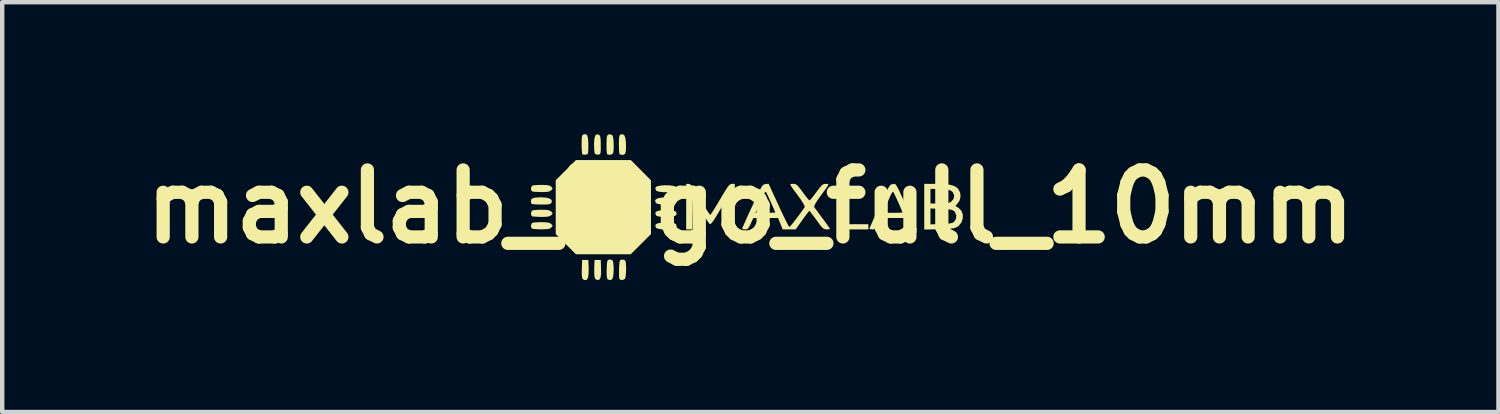
<source format=kicad_pcb>
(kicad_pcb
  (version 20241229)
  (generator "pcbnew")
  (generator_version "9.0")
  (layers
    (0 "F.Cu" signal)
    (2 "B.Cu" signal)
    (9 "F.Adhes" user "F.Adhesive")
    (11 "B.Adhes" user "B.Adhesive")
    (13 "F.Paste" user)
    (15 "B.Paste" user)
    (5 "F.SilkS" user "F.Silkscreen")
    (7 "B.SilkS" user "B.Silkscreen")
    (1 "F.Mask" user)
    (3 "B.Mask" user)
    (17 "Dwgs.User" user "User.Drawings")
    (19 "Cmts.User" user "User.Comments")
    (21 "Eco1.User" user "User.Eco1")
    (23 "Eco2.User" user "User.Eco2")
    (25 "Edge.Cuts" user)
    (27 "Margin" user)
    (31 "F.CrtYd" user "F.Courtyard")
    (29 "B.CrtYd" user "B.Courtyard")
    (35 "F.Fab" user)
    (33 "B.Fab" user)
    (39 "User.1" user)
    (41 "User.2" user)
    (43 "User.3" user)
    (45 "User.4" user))
  (footprint "maxlab_logo_full_10mm"
    (layer "F.Cu")
    (at 14.014 1.649)
    (property "Reference" "maxlab_logo_full_10mm" (at 0 0 0) (layer "F.SilkS") (effects (font (size 1.524 1.524) (thickness 0.3))))
    (attr board_only exclude_from_pos_files exclude_from_bom)
    (fp_poly (pts (xy 2.119 0.4) (xy 2.684 0.4) (xy 2.684 0.518) (xy 1.977 0.518) (xy 1.977 -0.518) (xy 2.119 -0.518)) (stroke (width 0) (type solid)) (fill yes) (layer "F.SilkS"))
    (fp_poly (pts (xy -3.677 1.409) (xy -3.679 1.538) (xy -3.694 1.623) (xy -3.724 1.667) (xy -3.77 1.67) (xy -3.809 1.651) (xy -3.824 1.625) (xy -3.832 1.567) (xy -3.833 1.47) (xy -3.832 1.422) (xy -3.825 1.212) (xy -3.684 1.212)) (stroke (width 0) (type solid)) (fill yes) (layer "F.SilkS"))
    (fp_poly (pts (xy -2.489 -0.829) (xy -2.26 -0.599) (xy -2.26 0.625) (xy -2.49 0.854) (xy -2.72 1.083) (xy -3.967 1.083) (xy -4.197 0.853) (xy -4.426 0.623) (xy -4.426 -0.601) (xy -4.196 -0.83) (xy -3.966 -1.059) (xy -2.718 -1.059)) (stroke (width 0) (type solid)) (fill yes) (layer "F.SilkS"))
    (fp_poly (pts (xy -3.395 1.409) (xy -3.395 1.53) (xy -3.406 1.611) (xy -3.43 1.656) (xy -3.468 1.671) (xy -3.472 1.671) (xy -3.511 1.655) (xy -3.529 1.638) (xy -3.544 1.594) (xy -3.55 1.509) (xy -3.55 1.409) (xy -3.543 1.212) (xy -3.402 1.212)) (stroke (width 0) (type solid)) (fill yes) (layer "F.SilkS"))
    (fp_poly (pts (xy -1.86 -0.485) (xy -1.775 -0.477) (xy -1.712 -0.461) (xy -1.687 -0.443) (xy -1.676 -0.397) (xy -1.693 -0.367) (xy -1.735 -0.346) (xy -1.808 -0.332) (xy -1.899 -0.327) (xy -1.993 -0.329) (xy -2.076 -0.339) (xy -2.132 -0.357) (xy -2.144 -0.367) (xy -2.162 -0.412) (xy -2.15 -0.443) (xy -2.113 -0.465) (xy -2.043 -0.479) (xy -1.954 -0.486)) (stroke (width 0) (type solid)) (fill yes) (layer "F.SilkS"))
    (fp_poly (pts (xy -1.86 0.08) (xy -1.775 0.088) (xy -1.712 0.104) (xy -1.687 0.122) (xy -1.676 0.168) (xy -1.693 0.198) (xy -1.735 0.219) (xy -1.808 0.233) (xy -1.899 0.238) (xy -1.993 0.236) (xy -2.076 0.226) (xy -2.132 0.208) (xy -2.144 0.198) (xy -2.162 0.153) (xy -2.15 0.122) (xy -2.113 0.1) (xy -2.043 0.086) (xy -1.954 0.079)) (stroke (width 0) (type solid)) (fill yes) (layer "F.SilkS"))
    (fp_poly (pts (xy -1.86 0.362) (xy -1.775 0.371) (xy -1.712 0.387) (xy -1.687 0.404) (xy -1.676 0.45) (xy -1.693 0.481) (xy -1.735 0.502) (xy -1.808 0.515) (xy -1.899 0.521) (xy -1.993 0.518) (xy -2.076 0.508) (xy -2.132 0.49) (xy -2.144 0.481) (xy -2.162 0.435) (xy -2.15 0.404) (xy -2.113 0.382) (xy -2.043 0.368) (xy -1.954 0.361)) (stroke (width 0) (type solid)) (fill yes) (layer "F.SilkS"))
    (fp_poly (pts (xy -1.806 -0.208) (xy -1.74 -0.194) (xy -1.708 -0.175) (xy -1.676 -0.132) (xy -1.681 -0.097) (xy -1.7 -0.075) (xy -1.738 -0.06) (xy -1.809 -0.051) (xy -1.898 -0.047) (xy -1.99 -0.049) (xy -2.07 -0.056) (xy -2.125 -0.068) (xy -2.137 -0.075) (xy -2.168 -0.124) (xy -2.154 -0.163) (xy -2.098 -0.192) (xy -2.002 -0.208) (xy -1.91 -0.212)) (stroke (width 0) (type solid)) (fill yes) (layer "F.SilkS"))
    (fp_poly (pts (xy -3.161 1.206) (xy -3.132 1.229) (xy -3.116 1.282) (xy -3.109 1.37) (xy -3.108 1.437) (xy -3.114 1.558) (xy -3.134 1.636) (xy -3.169 1.671) (xy -3.22 1.664) (xy -3.244 1.651) (xy -3.259 1.625) (xy -3.267 1.567) (xy -3.268 1.47) (xy -3.267 1.422) (xy -3.263 1.322) (xy -3.257 1.26) (xy -3.247 1.226) (xy -3.23 1.21) (xy -3.204 1.204)) (stroke (width 0) (type solid)) (fill yes) (layer "F.SilkS"))
    (fp_poly (pts (xy -3.136 -1.62) (xy -3.122 -1.584) (xy -3.113 -1.516) (xy -3.108 -1.43) (xy -3.107 -1.341) (xy -3.112 -1.264) (xy -3.122 -1.214) (xy -3.153 -1.187) (xy -3.205 -1.177) (xy -3.251 -1.188) (xy -3.256 -1.193) (xy -3.264 -1.223) (xy -3.269 -1.286) (xy -3.272 -1.369) (xy -3.271 -1.457) (xy -3.268 -1.537) (xy -3.262 -1.595) (xy -3.258 -1.611) (xy -3.225 -1.642) (xy -3.175 -1.643)) (stroke (width 0) (type solid)) (fill yes) (layer "F.SilkS"))
    (fp_poly (pts (xy -2.861 -1.615) (xy -2.839 -1.543) (xy -2.83 -1.446) (xy -2.827 -1.326) (xy -2.834 -1.247) (xy -2.851 -1.2) (xy -2.882 -1.179) (xy -2.904 -1.177) (xy -2.953 -1.183) (xy -2.974 -1.193) (xy -2.981 -1.222) (xy -2.986 -1.286) (xy -2.989 -1.375) (xy -2.99 -1.417) (xy -2.988 -1.521) (xy -2.983 -1.586) (xy -2.972 -1.623) (xy -2.953 -1.64) (xy -2.951 -1.641) (xy -2.898 -1.646)) (stroke (width 0) (type solid)) (fill yes) (layer "F.SilkS"))
    (fp_poly (pts (xy -4.632 -0.203) (xy -4.555 -0.18) (xy -4.516 -0.144) (xy -4.519 -0.096) (xy -4.52 -0.093) (xy -4.538 -0.071) (xy -4.568 -0.057) (xy -4.621 -0.05) (xy -4.707 -0.047) (xy -4.752 -0.047) (xy -4.847 -0.049) (xy -4.922 -0.053) (xy -4.968 -0.06) (xy -4.975 -0.063) (xy -4.987 -0.097) (xy -4.991 -0.131) (xy -4.981 -0.168) (xy -4.947 -0.192) (xy -4.882 -0.206) (xy -4.779 -0.211) (xy -4.743 -0.212)) (stroke (width 0) (type solid)) (fill yes) (layer "F.SilkS"))
    (fp_poly (pts (xy -2.871 1.21) (xy -2.846 1.228) (xy -2.833 1.271) (xy -2.827 1.344) (xy -2.825 1.432) (xy -2.829 1.521) (xy -2.837 1.594) (xy -2.85 1.639) (xy -2.853 1.643) (xy -2.9 1.668) (xy -2.949 1.666) (xy -2.98 1.64) (xy -2.984 1.603) (xy -2.986 1.532) (xy -2.986 1.441) (xy -2.985 1.41) (xy -2.981 1.314) (xy -2.974 1.255) (xy -2.963 1.223) (xy -2.944 1.209) (xy -2.922 1.204)) (stroke (width 0) (type solid)) (fill yes) (layer "F.SilkS"))
    (fp_poly (pts (xy -3.716 -1.628) (xy -3.695 -1.572) (xy -3.686 -1.476) (xy -3.684 -1.398) (xy -3.685 -1.298) (xy -3.688 -1.236) (xy -3.697 -1.203) (xy -3.713 -1.188) (xy -3.741 -1.182) (xy -3.744 -1.182) (xy -3.795 -1.182) (xy -3.82 -1.192) (xy -3.828 -1.221) (xy -3.834 -1.286) (xy -3.837 -1.375) (xy -3.837 -1.417) (xy -3.836 -1.521) (xy -3.83 -1.586) (xy -3.819 -1.623) (xy -3.801 -1.64) (xy -3.799 -1.641) (xy -3.75 -1.649)) (stroke (width 0) (type solid)) (fill yes) (layer "F.SilkS"))
    (fp_poly (pts (xy -3.441 -1.633) (xy -3.441 -1.632) (xy -3.421 -1.611) (xy -3.409 -1.571) (xy -3.403 -1.504) (xy -3.402 -1.398) (xy -3.402 -1.398) (xy -3.402 -1.298) (xy -3.405 -1.236) (xy -3.414 -1.203) (xy -3.431 -1.188) (xy -3.458 -1.182) (xy -3.463 -1.182) (xy -3.52 -1.19) (xy -3.54 -1.213) (xy -3.547 -1.255) (xy -3.552 -1.328) (xy -3.555 -1.418) (xy -3.555 -1.423) (xy -3.548 -1.542) (xy -3.527 -1.616) (xy -3.491 -1.646)) (stroke (width 0) (type solid)) (fill yes) (layer "F.SilkS"))
    (fp_poly (pts (xy -4.638 -0.491) (xy -4.571 -0.479) (xy -4.533 -0.457) (xy -4.504 -0.425) (xy -4.496 -0.412) (xy -4.511 -0.391) (xy -4.533 -0.367) (xy -4.569 -0.346) (xy -4.63 -0.335) (xy -4.727 -0.331) (xy -4.751 -0.331) (xy -4.842 -0.334) (xy -4.915 -0.338) (xy -4.958 -0.344) (xy -4.961 -0.345) (xy -4.986 -0.376) (xy -4.988 -0.425) (xy -4.97 -0.468) (xy -4.953 -0.48) (xy -4.912 -0.487) (xy -4.839 -0.492) (xy -4.75 -0.494) (xy -4.743 -0.494)) (stroke (width 0) (type solid)) (fill yes) (layer "F.SilkS"))
    (fp_poly (pts (xy -4.638 0.074) (xy -4.571 0.086) (xy -4.533 0.108) (xy -4.504 0.14) (xy -4.496 0.153) (xy -4.511 0.174) (xy -4.533 0.198) (xy -4.569 0.219) (xy -4.63 0.23) (xy -4.727 0.234) (xy -4.751 0.234) (xy -4.842 0.231) (xy -4.915 0.227) (xy -4.958 0.221) (xy -4.961 0.22) (xy -4.986 0.189) (xy -4.988 0.14) (xy -4.97 0.097) (xy -4.953 0.085) (xy -4.912 0.078) (xy -4.839 0.073) (xy -4.75 0.071) (xy -4.743 0.071)) (stroke (width 0) (type solid)) (fill yes) (layer "F.SilkS"))
    (fp_poly (pts (xy -4.638 0.357) (xy -4.571 0.369) (xy -4.533 0.39) (xy -4.504 0.423) (xy -4.496 0.435) (xy -4.511 0.457) (xy -4.533 0.481) (xy -4.569 0.502) (xy -4.63 0.513) (xy -4.727 0.516) (xy -4.751 0.516) (xy -4.842 0.514) (xy -4.915 0.509) (xy -4.958 0.503) (xy -4.961 0.502) (xy -4.986 0.471) (xy -4.988 0.423) (xy -4.97 0.38) (xy -4.953 0.367) (xy -4.912 0.36) (xy -4.839 0.355) (xy -4.75 0.353) (xy -4.743 0.353)) (stroke (width 0) (type solid)) (fill yes) (layer "F.SilkS"))
    (fp_poly (pts (xy -1.379 -0.512) (xy -1.352 -0.492) (xy -1.318 -0.452) (xy -1.273 -0.386) (xy -1.213 -0.289) (xy -1.139 -0.165) (xy -1.07 -0.051) (xy -1.008 0.049) (xy -0.959 0.126) (xy -0.925 0.174) (xy -0.913 0.188) (xy -0.896 0.169) (xy -0.859 0.115) (xy -0.808 0.034) (xy -0.746 -0.068) (xy -0.689 -0.164) (xy -0.613 -0.293) (xy -0.556 -0.386) (xy -0.513 -0.449) (xy -0.481 -0.488) (xy -0.454 -0.509) (xy -0.429 -0.516) (xy -0.418 -0.517) (xy -0.353 -0.518) (xy -0.353 0.518) (xy -0.494 0.518) (xy -0.494 0.148) (xy -0.494 -0.002) (xy -0.497 -0.105) (xy -0.505 -0.164) (xy -0.522 -0.179) (xy -0.552 -0.152) (xy -0.597 -0.083) (xy -0.661 0.027) (xy -0.694 0.082) (xy -0.77 0.211) (xy -0.827 0.302) (xy -0.87 0.361) (xy -0.9 0.392) (xy -0.92 0.4) (xy -0.938 0.381) (xy -0.975 0.329) (xy -1.027 0.249) (xy -1.089 0.151) (xy -1.122 0.096) (xy -1.306 -0.208) (xy -1.313 0.155) (xy -1.319 0.518) (xy -1.459 0.518) (xy -1.459 -0.518) (xy -1.403 -0.518)) (stroke (width 0) (type solid)) (fill yes) (layer "F.SilkS"))
    (fp_poly (pts (xy 3.29 -0.514) (xy 3.306 -0.501) (xy 3.325 -0.474) (xy 3.35 -0.429) (xy 3.384 -0.362) (xy 3.428 -0.268) (xy 3.485 -0.144) (xy 3.557 0.015) (xy 3.638 0.194) (xy 3.786 0.518) (xy 3.708 0.518) (xy 3.663 0.514) (xy 3.633 0.496) (xy 3.606 0.454) (xy 3.578 0.388) (xy 3.526 0.259) (xy 2.963 0.259) (xy 2.904 0.388) (xy 2.868 0.461) (xy 2.838 0.501) (xy 2.805 0.516) (xy 2.776 0.518) (xy 2.728 0.513) (xy 2.708 0.5) (xy 2.718 0.475) (xy 2.745 0.413) (xy 2.787 0.32) (xy 2.839 0.204) (xy 2.868 0.141) (xy 3.014 0.141) (xy 3.237 0.141) (xy 3.333 0.14) (xy 3.408 0.138) (xy 3.453 0.135) (xy 3.46 0.132) (xy 3.451 0.106) (xy 3.427 0.048) (xy 3.393 -0.031) (xy 3.354 -0.118) (xy 3.315 -0.204) (xy 3.281 -0.276) (xy 3.257 -0.324) (xy 3.249 -0.337) (xy 3.231 -0.328) (xy 3.204 -0.286) (xy 3.183 -0.243) (xy 3.145 -0.155) (xy 3.1 -0.053) (xy 3.074 0.006) (xy 3.014 0.141) (xy 2.868 0.141) (xy 2.901 0.07) (xy 2.939 -0.012) (xy 3.012 -0.17) (xy 3.069 -0.29) (xy 3.112 -0.378) (xy 3.145 -0.438) (xy 3.172 -0.477) (xy 3.194 -0.499) (xy 3.215 -0.509) (xy 3.239 -0.513) (xy 3.239 -0.513) (xy 3.259 -0.516) (xy 3.275 -0.518)) (stroke (width 0) (type solid)) (fill yes) (layer "F.SilkS"))
    (fp_poly (pts (xy 4.22 -0.518) (xy 4.385 -0.514) (xy 4.511 -0.502) (xy 4.605 -0.481) (xy 4.675 -0.448) (xy 4.723 -0.407) (xy 4.769 -0.325) (xy 4.781 -0.229) (xy 4.758 -0.137) (xy 4.718 -0.079) (xy 4.681 -0.038) (xy 4.665 -0.015) (xy 4.665 -0.014) (xy 4.688 0.000475) (xy 4.734 0.029) (xy 4.736 0.03) (xy 4.8 0.095) (xy 4.831 0.181) (xy 4.83 0.274) (xy 4.798 0.364) (xy 4.736 0.438) (xy 4.708 0.458) (xy 4.668 0.478) (xy 4.621 0.492) (xy 4.558 0.502) (xy 4.469 0.508) (xy 4.345 0.513) (xy 4.29 0.514) (xy 3.955 0.522) (xy 3.955 0.042) (xy 4.096 0.042) (xy 4.096 0.404) (xy 4.341 0.396) (xy 4.458 0.391) (xy 4.538 0.383) (xy 4.59 0.37) (xy 4.626 0.351) (xy 4.635 0.344) (xy 4.676 0.278) (xy 4.683 0.2) (xy 4.656 0.127) (xy 4.636 0.104) (xy 4.603 0.083) (xy 4.556 0.068) (xy 4.484 0.059) (xy 4.377 0.052) (xy 4.341 0.051) (xy 4.096 0.042) (xy 3.955 0.042) (xy 3.955 -0.405) (xy 4.096 -0.405) (xy 4.096 -0.071) (xy 4.305 -0.071) (xy 4.411 -0.072) (xy 4.483 -0.079) (xy 4.532 -0.093) (xy 4.571 -0.116) (xy 4.575 -0.119) (xy 4.626 -0.184) (xy 4.635 -0.257) (xy 4.604 -0.327) (xy 4.588 -0.344) (xy 4.553 -0.366) (xy 4.503 -0.381) (xy 4.425 -0.391) (xy 4.317 -0.397) (xy 4.096 -0.405) (xy 3.955 -0.405) (xy 3.955 -0.518)) (stroke (width 0) (type solid)) (fill yes) (layer "F.SilkS"))
    (fp_poly (pts (xy 0.64 -0.032) (xy 0.705 0.108) (xy 0.765 0.233) (xy 0.815 0.337) (xy 0.855 0.413) (xy 0.879 0.456) (xy 0.885 0.462) (xy 0.906 0.447) (xy 0.947 0.399) (xy 1.004 0.329) (xy 1.071 0.241) (xy 1.142 0.145) (xy 1.211 0.047) (xy 1.234 0.015) (xy 1.233 -0.015) (xy 1.206 -0.07) (xy 1.151 -0.155) (xy 1.091 -0.238) (xy 1.011 -0.347) (xy 0.955 -0.423) (xy 0.923 -0.473) (xy 0.91 -0.501) (xy 0.916 -0.514) (xy 0.937 -0.518) (xy 0.971 -0.518) (xy 0.973 -0.518) (xy 1.013 -0.515) (xy 1.047 -0.501) (xy 1.083 -0.469) (xy 1.13 -0.411) (xy 1.19 -0.33) (xy 1.25 -0.25) (xy 1.3 -0.186) (xy 1.335 -0.149) (xy 1.345 -0.141) (xy 1.366 -0.159) (xy 1.408 -0.207) (xy 1.462 -0.278) (xy 1.5 -0.329) (xy 1.565 -0.416) (xy 1.611 -0.471) (xy 1.648 -0.502) (xy 1.682 -0.515) (xy 1.714 -0.517) (xy 1.747 -0.518) (xy 1.768 -0.514) (xy 1.774 -0.502) (xy 1.762 -0.474) (xy 1.73 -0.425) (xy 1.675 -0.35) (xy 1.595 -0.242) (xy 1.595 -0.241) (xy 1.523 -0.139) (xy 1.474 -0.06) (xy 1.451 -0.009) (xy 1.451 0.006) (xy 1.471 0.036) (xy 1.514 0.094) (xy 1.572 0.173) (xy 1.64 0.265) (xy 1.641 0.266) (xy 1.707 0.355) (xy 1.761 0.43) (xy 1.798 0.483) (xy 1.813 0.507) (xy 1.813 0.507) (xy 1.792 0.514) (xy 1.742 0.518) (xy 1.734 0.518) (xy 1.698 0.515) (xy 1.665 0.501) (xy 1.629 0.469) (xy 1.583 0.414) (xy 1.519 0.327) (xy 1.505 0.307) (xy 1.443 0.222) (xy 1.391 0.154) (xy 1.355 0.109) (xy 1.342 0.096) (xy 1.324 0.114) (xy 1.286 0.163) (xy 1.233 0.235) (xy 1.181 0.307) (xy 1.031 0.518) (xy 0.735 0.518) (xy 0.683 0.388) (xy 0.63 0.259) (xy 0.068 0.259) (xy 0.009 0.388) (xy -0.027 0.461) (xy -0.057 0.501) (xy -0.091 0.516) (xy -0.119 0.518) (xy -0.168 0.513) (xy -0.187 0.5) (xy -0.177 0.475) (xy -0.15 0.413) (xy -0.109 0.32) (xy -0.057 0.204) (xy -0.028 0.141) (xy 0.118 0.141) (xy 0.342 0.141) (xy 0.438 0.14) (xy 0.513 0.138) (xy 0.557 0.135) (xy 0.565 0.132) (xy 0.556 0.106) (xy 0.532 0.048) (xy 0.497 -0.031) (xy 0.458 -0.118) (xy 0.419 -0.204) (xy 0.385 -0.276) (xy 0.361 -0.324) (xy 0.354 -0.337) (xy 0.336 -0.328) (xy 0.308 -0.286) (xy 0.288 -0.243) (xy 0.249 -0.155) (xy 0.204 -0.053) (xy 0.178 0.006) (xy 0.118 0.141) (xy -0.028 0.141) (xy 0.005 0.07) (xy 0.043 -0.012) (xy 0.116 -0.17) (xy 0.173 -0.29) (xy 0.216 -0.378) (xy 0.249 -0.438) (xy 0.276 -0.477) (xy 0.298 -0.499) (xy 0.319 -0.509) (xy 0.343 -0.513) (xy 0.344 -0.513) (xy 0.416 -0.52)) (stroke (width 0) (type solid)) (fill yes) (layer "F.SilkS")))
  (gr_rect
    (start -3 -3)
    (end 31.027 6.32)
    (stroke (width 0.1) (type default))
    (fill no)
    (layer "Edge.Cuts")))
</source>
